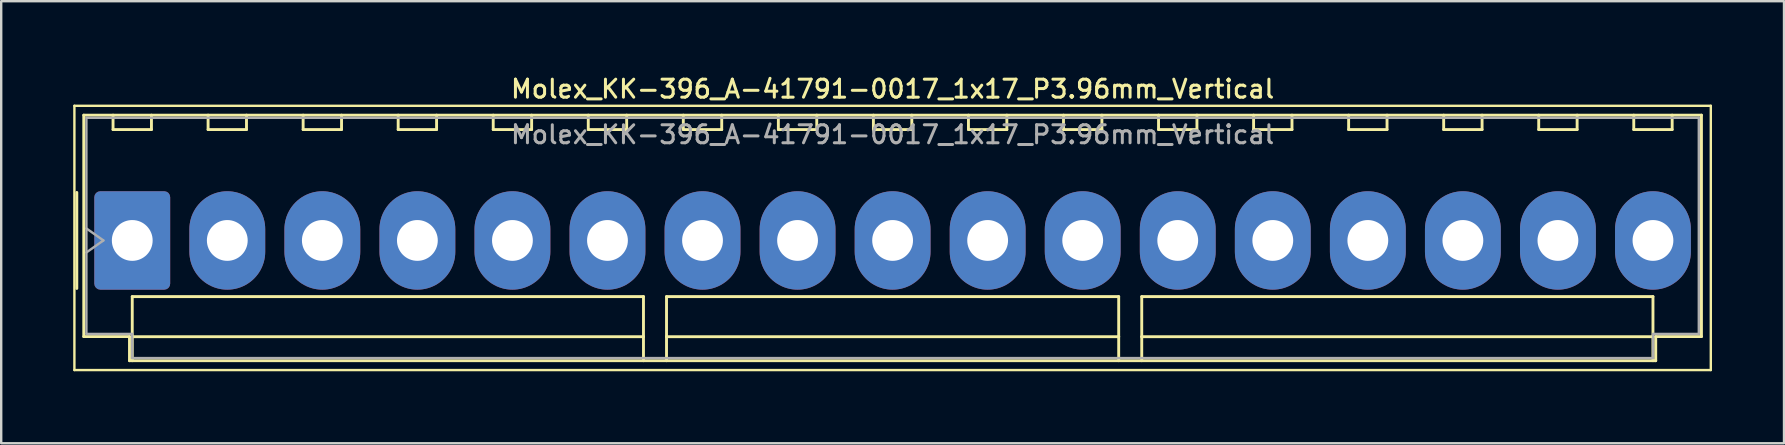
<source format=kicad_pcb>
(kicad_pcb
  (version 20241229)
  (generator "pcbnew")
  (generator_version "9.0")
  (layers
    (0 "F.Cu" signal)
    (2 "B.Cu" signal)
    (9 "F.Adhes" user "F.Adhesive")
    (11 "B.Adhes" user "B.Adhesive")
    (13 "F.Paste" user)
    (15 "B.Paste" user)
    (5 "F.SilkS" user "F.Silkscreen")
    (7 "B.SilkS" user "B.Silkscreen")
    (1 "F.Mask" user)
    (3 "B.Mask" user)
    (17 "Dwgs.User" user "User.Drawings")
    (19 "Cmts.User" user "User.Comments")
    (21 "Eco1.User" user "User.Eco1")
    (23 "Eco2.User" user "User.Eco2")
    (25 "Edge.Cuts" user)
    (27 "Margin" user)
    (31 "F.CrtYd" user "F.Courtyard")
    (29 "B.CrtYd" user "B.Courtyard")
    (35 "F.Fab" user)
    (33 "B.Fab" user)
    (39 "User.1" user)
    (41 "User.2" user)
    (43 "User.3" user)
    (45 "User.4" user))
  (footprint "Molex_KK-396_A-41791-0017_1x17_P3.96mm_Vertical"
    (layer "F.Cu")
    (at 2.46 6.968)
    (property "Reference" "Molex_KK-396_A-41791-0017_1x17_P3.96mm_Vertical" (at 31.68 -6.31 0) (layer "F.SilkS") (effects (font (size 0.75 0.75) (thickness 0.125))))
    (attr through_hole)
    (fp_line (start -2.41 -5.61) (end -2.41 5.4) (stroke (width 0.1) (type solid)) (layer "F.SilkS"))
    (fp_line (start -2.41 5.4) (end 65.77 5.4) (stroke (width 0.1) (type solid)) (layer "F.SilkS"))
    (fp_line (start -2.31 -2) (end -2.31 2) (stroke (width 0.12) (type solid)) (layer "F.SilkS"))
    (fp_line (start -2.02 -5.22) (end 65.38 -5.22) (stroke (width 0.12) (type solid)) (layer "F.SilkS"))
    (fp_line (start -2.02 4.005) (end -2.02 -5.22) (stroke (width 0.12) (type solid)) (layer "F.SilkS"))
    (fp_line (start -0.8 -5.22) (end -0.8 -4.62) (stroke (width 0.12) (type solid)) (layer "F.SilkS"))
    (fp_line (start -0.8 -4.62) (end 0.8 -4.62) (stroke (width 0.12) (type solid)) (layer "F.SilkS"))
    (fp_line (start -0.115 4.005) (end -2.02 4.005) (stroke (width 0.12) (type solid)) (layer "F.SilkS"))
    (fp_line (start -0.115 5.01) (end -0.115 4.005) (stroke (width 0.12) (type solid)) (layer "F.SilkS"))
    (fp_line (start 0 2.34) (end 21.3 2.34) (stroke (width 0.12) (type solid)) (layer "F.SilkS"))
    (fp_line (start 0 4.01) (end 0 2.34) (stroke (width 0.12) (type solid)) (layer "F.SilkS"))
    (fp_line (start 0 4.01) (end 21.3 4.01) (stroke (width 0.12) (type solid)) (layer "F.SilkS"))
    (fp_line (start 0 5.01) (end 0 4.01) (stroke (width 0.12) (type solid)) (layer "F.SilkS"))
    (fp_line (start 0.8 -4.62) (end 0.8 -5.22) (stroke (width 0.12) (type solid)) (layer "F.SilkS"))
    (fp_line (start 3.16 -5.22) (end 3.16 -4.62) (stroke (width 0.12) (type solid)) (layer "F.SilkS"))
    (fp_line (start 3.16 -4.62) (end 4.76 -4.62) (stroke (width 0.12) (type solid)) (layer "F.SilkS"))
    (fp_line (start 4.76 -4.62) (end 4.76 -5.22) (stroke (width 0.12) (type solid)) (layer "F.SilkS"))
    (fp_line (start 7.12 -5.22) (end 7.12 -4.62) (stroke (width 0.12) (type solid)) (layer "F.SilkS"))
    (fp_line (start 7.12 -4.62) (end 8.72 -4.62) (stroke (width 0.12) (type solid)) (layer "F.SilkS"))
    (fp_line (start 8.72 -4.62) (end 8.72 -5.22) (stroke (width 0.12) (type solid)) (layer "F.SilkS"))
    (fp_line (start 11.08 -5.22) (end 11.08 -4.62) (stroke (width 0.12) (type solid)) (layer "F.SilkS"))
    (fp_line (start 11.08 -4.62) (end 12.68 -4.62) (stroke (width 0.12) (type solid)) (layer "F.SilkS"))
    (fp_line (start 12.68 -4.62) (end 12.68 -5.22) (stroke (width 0.12) (type solid)) (layer "F.SilkS"))
    (fp_line (start 15.04 -5.22) (end 15.04 -4.62) (stroke (width 0.12) (type solid)) (layer "F.SilkS"))
    (fp_line (start 15.04 -4.62) (end 16.64 -4.62) (stroke (width 0.12) (type solid)) (layer "F.SilkS"))
    (fp_line (start 16.64 -4.62) (end 16.64 -5.22) (stroke (width 0.12) (type solid)) (layer "F.SilkS"))
    (fp_line (start 19 -5.22) (end 19 -4.62) (stroke (width 0.12) (type solid)) (layer "F.SilkS"))
    (fp_line (start 19 -4.62) (end 20.6 -4.62) (stroke (width 0.12) (type solid)) (layer "F.SilkS"))
    (fp_line (start 20.6 -4.62) (end 20.6 -5.22) (stroke (width 0.12) (type solid)) (layer "F.SilkS"))
    (fp_line (start 21.3 2.34) (end 21.3 4.01) (stroke (width 0.12) (type solid)) (layer "F.SilkS"))
    (fp_line (start 21.3 4.01) (end 21.3 5.01) (stroke (width 0.12) (type solid)) (layer "F.SilkS"))
    (fp_line (start 22.26 2.34) (end 41.1 2.34) (stroke (width 0.12) (type solid)) (layer "F.SilkS"))
    (fp_line (start 22.26 4.01) (end 22.26 2.34) (stroke (width 0.12) (type solid)) (layer "F.SilkS"))
    (fp_line (start 22.26 4.01) (end 41.1 4.01) (stroke (width 0.12) (type solid)) (layer "F.SilkS"))
    (fp_line (start 22.26 5.01) (end 22.26 4.01) (stroke (width 0.12) (type solid)) (layer "F.SilkS"))
    (fp_line (start 22.96 -5.22) (end 22.96 -4.62) (stroke (width 0.12) (type solid)) (layer "F.SilkS"))
    (fp_line (start 22.96 -4.62) (end 24.56 -4.62) (stroke (width 0.12) (type solid)) (layer "F.SilkS"))
    (fp_line (start 24.56 -4.62) (end 24.56 -5.22) (stroke (width 0.12) (type solid)) (layer "F.SilkS"))
    (fp_line (start 26.92 -5.22) (end 26.92 -4.62) (stroke (width 0.12) (type solid)) (layer "F.SilkS"))
    (fp_line (start 26.92 -4.62) (end 28.52 -4.62) (stroke (width 0.12) (type solid)) (layer "F.SilkS"))
    (fp_line (start 28.52 -4.62) (end 28.52 -5.22) (stroke (width 0.12) (type solid)) (layer "F.SilkS"))
    (fp_line (start 30.88 -5.22) (end 30.88 -4.62) (stroke (width 0.12) (type solid)) (layer "F.SilkS"))
    (fp_line (start 30.88 -4.62) (end 32.48 -4.62) (stroke (width 0.12) (type solid)) (layer "F.SilkS"))
    (fp_line (start 32.48 -4.62) (end 32.48 -5.22) (stroke (width 0.12) (type solid)) (layer "F.SilkS"))
    (fp_line (start 34.84 -5.22) (end 34.84 -4.62) (stroke (width 0.12) (type solid)) (layer "F.SilkS"))
    (fp_line (start 34.84 -4.62) (end 36.44 -4.62) (stroke (width 0.12) (type solid)) (layer "F.SilkS"))
    (fp_line (start 36.44 -4.62) (end 36.44 -5.22) (stroke (width 0.12) (type solid)) (layer "F.SilkS"))
    (fp_line (start 38.8 -5.22) (end 38.8 -4.62) (stroke (width 0.12) (type solid)) (layer "F.SilkS"))
    (fp_line (start 38.8 -4.62) (end 40.4 -4.62) (stroke (width 0.12) (type solid)) (layer "F.SilkS"))
    (fp_line (start 40.4 -4.62) (end 40.4 -5.22) (stroke (width 0.12) (type solid)) (layer "F.SilkS"))
    (fp_line (start 41.1 2.34) (end 41.1 4.01) (stroke (width 0.12) (type solid)) (layer "F.SilkS"))
    (fp_line (start 41.1 4.01) (end 41.1 5.01) (stroke (width 0.12) (type solid)) (layer "F.SilkS"))
    (fp_line (start 42.06 2.34) (end 63.36 2.34) (stroke (width 0.12) (type solid)) (layer "F.SilkS"))
    (fp_line (start 42.06 4.01) (end 42.06 2.34) (stroke (width 0.12) (type solid)) (layer "F.SilkS"))
    (fp_line (start 42.06 4.01) (end 63.36 4.01) (stroke (width 0.12) (type solid)) (layer "F.SilkS"))
    (fp_line (start 42.06 5.01) (end 42.06 4.01) (stroke (width 0.12) (type solid)) (layer "F.SilkS"))
    (fp_line (start 42.76 -5.22) (end 42.76 -4.62) (stroke (width 0.12) (type solid)) (layer "F.SilkS"))
    (fp_line (start 42.76 -4.62) (end 44.36 -4.62) (stroke (width 0.12) (type solid)) (layer "F.SilkS"))
    (fp_line (start 44.36 -4.62) (end 44.36 -5.22) (stroke (width 0.12) (type solid)) (layer "F.SilkS"))
    (fp_line (start 46.72 -5.22) (end 46.72 -4.62) (stroke (width 0.12) (type solid)) (layer "F.SilkS"))
    (fp_line (start 46.72 -4.62) (end 48.32 -4.62) (stroke (width 0.12) (type solid)) (layer "F.SilkS"))
    (fp_line (start 48.32 -4.62) (end 48.32 -5.22) (stroke (width 0.12) (type solid)) (layer "F.SilkS"))
    (fp_line (start 50.68 -5.22) (end 50.68 -4.62) (stroke (width 0.12) (type solid)) (layer "F.SilkS"))
    (fp_line (start 50.68 -4.62) (end 52.28 -4.62) (stroke (width 0.12) (type solid)) (layer "F.SilkS"))
    (fp_line (start 52.28 -4.62) (end 52.28 -5.22) (stroke (width 0.12) (type solid)) (layer "F.SilkS"))
    (fp_line (start 54.64 -5.22) (end 54.64 -4.62) (stroke (width 0.12) (type solid)) (layer "F.SilkS"))
    (fp_line (start 54.64 -4.62) (end 56.24 -4.62) (stroke (width 0.12) (type solid)) (layer "F.SilkS"))
    (fp_line (start 56.24 -4.62) (end 56.24 -5.22) (stroke (width 0.12) (type solid)) (layer "F.SilkS"))
    (fp_line (start 58.6 -5.22) (end 58.6 -4.62) (stroke (width 0.12) (type solid)) (layer "F.SilkS"))
    (fp_line (start 58.6 -4.62) (end 60.2 -4.62) (stroke (width 0.12) (type solid)) (layer "F.SilkS"))
    (fp_line (start 60.2 -4.62) (end 60.2 -5.22) (stroke (width 0.12) (type solid)) (layer "F.SilkS"))
    (fp_line (start 62.56 -5.22) (end 62.56 -4.62) (stroke (width 0.12) (type solid)) (layer "F.SilkS"))
    (fp_line (start 62.56 -4.62) (end 64.16 -4.62) (stroke (width 0.12) (type solid)) (layer "F.SilkS"))
    (fp_line (start 63.36 2.34) (end 63.36 4.01) (stroke (width 0.12) (type solid)) (layer "F.SilkS"))
    (fp_line (start 63.36 4.01) (end 63.36 5.01) (stroke (width 0.12) (type solid)) (layer "F.SilkS"))
    (fp_line (start 63.475 4.005) (end 63.475 5.01) (stroke (width 0.12) (type solid)) (layer "F.SilkS"))
    (fp_line (start 63.475 5.01) (end -0.115 5.01) (stroke (width 0.12) (type solid)) (layer "F.SilkS"))
    (fp_line (start 64.16 -4.62) (end 64.16 -5.22) (stroke (width 0.12) (type solid)) (layer "F.SilkS"))
    (fp_line (start 65.38 -5.22) (end 65.38 4.005) (stroke (width 0.12) (type solid)) (layer "F.SilkS"))
    (fp_line (start 65.38 4.005) (end 63.475 4.005) (stroke (width 0.12) (type solid)) (layer "F.SilkS"))
    (fp_line (start 65.77 -5.61) (end -2.41 -5.61) (stroke (width 0.1) (type solid)) (layer "F.SilkS"))
    (fp_line (start 65.77 5.4) (end 65.77 -5.61) (stroke (width 0.1) (type solid)) (layer "F.SilkS"))
    (fp_line (start -1.91 -5.11) (end 65.27 -5.11) (stroke (width 0.1) (type solid)) (layer "F.Fab"))
    (fp_line (start -1.91 -0.5) (end -1.203 0) (stroke (width 0.1) (type solid)) (layer "F.Fab"))
    (fp_line (start -1.91 3.895) (end -1.91 -5.11) (stroke (width 0.1) (type solid)) (layer "F.Fab"))
    (fp_line (start -1.203 0) (end -1.91 0.5) (stroke (width 0.1) (type solid)) (layer "F.Fab"))
    (fp_line (start -0.005 3.895) (end -1.91 3.895) (stroke (width 0.1) (type solid)) (layer "F.Fab"))
    (fp_line (start -0.005 4.9) (end -0.005 3.895) (stroke (width 0.1) (type solid)) (layer "F.Fab"))
    (fp_line (start 63.365 3.895) (end 63.365 4.9) (stroke (width 0.1) (type solid)) (layer "F.Fab"))
    (fp_line (start 63.365 4.9) (end -0.005 4.9) (stroke (width 0.1) (type solid)) (layer "F.Fab"))
    (fp_line (start 65.27 -5.11) (end 65.27 3.895) (stroke (width 0.1) (type solid)) (layer "F.Fab"))
    (fp_line (start 65.27 3.895) (end 63.365 3.895) (stroke (width 0.1) (type solid)) (layer "F.Fab"))
    (fp_text user "${REFERENCE}" (at 31.68 -4.41 0) (layer "F.Fab") (effects (font (size 0.75 0.75) (thickness 0.125))))
    (pad "1" thru_hole roundrect (at 0 0) (size 3.16 4.1) (drill 1.7) (layers "*.Cu" "*.Mask") (roundrect_rratio 0.079))
    (pad "2" thru_hole oval (at 3.96 0) (size 3.16 4.1) (drill 1.7) (layers "*.Cu" "*.Mask"))
    (pad "3" thru_hole oval (at 7.92 0) (size 3.16 4.1) (drill 1.7) (layers "*.Cu" "*.Mask"))
    (pad "4" thru_hole oval (at 11.88 0) (size 3.16 4.1) (drill 1.7) (layers "*.Cu" "*.Mask"))
    (pad "5" thru_hole oval (at 15.84 0) (size 3.16 4.1) (drill 1.7) (layers "*.Cu" "*.Mask"))
    (pad "6" thru_hole oval (at 19.8 0) (size 3.16 4.1) (drill 1.7) (layers "*.Cu" "*.Mask"))
    (pad "7" thru_hole oval (at 23.76 0) (size 3.16 4.1) (drill 1.7) (layers "*.Cu" "*.Mask"))
    (pad "8" thru_hole oval (at 27.72 0) (size 3.16 4.1) (drill 1.7) (layers "*.Cu" "*.Mask"))
    (pad "9" thru_hole oval (at 31.68 0) (size 3.16 4.1) (drill 1.7) (layers "*.Cu" "*.Mask"))
    (pad "10" thru_hole oval (at 35.64 0) (size 3.16 4.1) (drill 1.7) (layers "*.Cu" "*.Mask"))
    (pad "11" thru_hole oval (at 39.6 0) (size 3.16 4.1) (drill 1.7) (layers "*.Cu" "*.Mask"))
    (pad "12" thru_hole oval (at 43.56 0) (size 3.16 4.1) (drill 1.7) (layers "*.Cu" "*.Mask"))
    (pad "13" thru_hole oval (at 47.52 0) (size 3.16 4.1) (drill 1.7) (layers "*.Cu" "*.Mask"))
    (pad "14" thru_hole oval (at 51.48 0) (size 3.16 4.1) (drill 1.7) (layers "*.Cu" "*.Mask"))
    (pad "15" thru_hole oval (at 55.44 0) (size 3.16 4.1) (drill 1.7) (layers "*.Cu" "*.Mask"))
    (pad "16" thru_hole oval (at 59.4 0) (size 3.16 4.1) (drill 1.7) (layers "*.Cu" "*.Mask"))
    (pad "17" thru_hole oval (at 63.36 0) (size 3.16 4.1) (drill 1.7) (layers "*.Cu" "*.Mask")))
  (gr_rect
    (start -3 -3)
    (end 71.28 15.418)
    (stroke (width 0.1) (type default))
    (fill no)
    (layer "Edge.Cuts")))
</source>
